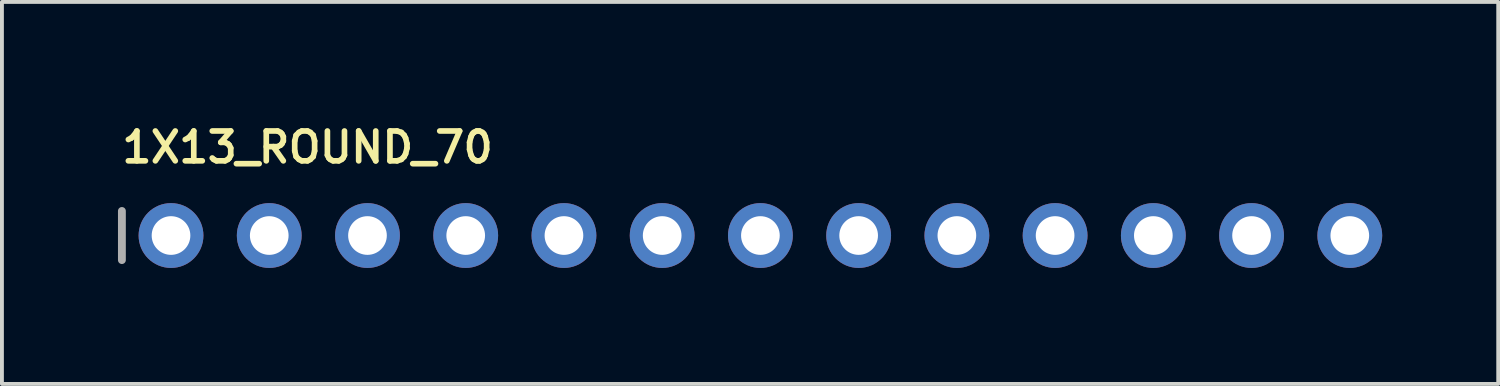
<source format=kicad_pcb>
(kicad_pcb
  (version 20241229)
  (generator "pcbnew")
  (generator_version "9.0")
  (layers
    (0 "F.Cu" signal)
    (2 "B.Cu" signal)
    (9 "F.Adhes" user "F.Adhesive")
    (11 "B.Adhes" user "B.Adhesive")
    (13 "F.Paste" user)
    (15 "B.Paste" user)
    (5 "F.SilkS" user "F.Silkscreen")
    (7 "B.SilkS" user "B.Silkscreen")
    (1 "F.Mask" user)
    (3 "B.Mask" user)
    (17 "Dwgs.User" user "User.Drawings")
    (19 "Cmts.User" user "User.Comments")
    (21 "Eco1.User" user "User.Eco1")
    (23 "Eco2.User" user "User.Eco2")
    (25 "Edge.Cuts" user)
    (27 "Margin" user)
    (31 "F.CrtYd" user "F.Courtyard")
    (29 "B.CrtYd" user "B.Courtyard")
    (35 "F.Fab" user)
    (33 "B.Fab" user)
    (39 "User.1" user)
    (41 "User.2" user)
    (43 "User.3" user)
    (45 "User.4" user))
  (footprint "1X13_ROUND_70"
    (layer "F.Cu")
    (at 16.612 3.04)
    (property "Reference" "1X13_ROUND_70" (at -16.586 -1.829 0) (layer "F.SilkS") (effects (font (size 0.772 0.772) (thickness 0.146)) (justify left bottom)))
    (attr through_hole)
    (fp_line (start -16.51 -0.635) (end -16.51 0.635) (stroke (width 0.203) (type solid)) (layer "F.Fab"))
    (fp_poly (pts (xy -15.494 0.254) (xy -14.986 0.254) (xy -14.986 -0.254) (xy -15.494 -0.254)) (stroke (width 0.1) (type solid)) (fill no) (layer "F.Fab"))
    (fp_poly (pts (xy -12.954 0.254) (xy -12.446 0.254) (xy -12.446 -0.254) (xy -12.954 -0.254)) (stroke (width 0.1) (type solid)) (fill no) (layer "F.Fab"))
    (fp_poly (pts (xy -10.414 0.254) (xy -9.906 0.254) (xy -9.906 -0.254) (xy -10.414 -0.254)) (stroke (width 0.1) (type solid)) (fill no) (layer "F.Fab"))
    (fp_poly (pts (xy -7.874 0.254) (xy -7.366 0.254) (xy -7.366 -0.254) (xy -7.874 -0.254)) (stroke (width 0.1) (type solid)) (fill no) (layer "F.Fab"))
    (fp_poly (pts (xy -5.334 0.254) (xy -4.826 0.254) (xy -4.826 -0.254) (xy -5.334 -0.254)) (stroke (width 0.1) (type solid)) (fill no) (layer "F.Fab"))
    (fp_poly (pts (xy -2.794 0.254) (xy -2.286 0.254) (xy -2.286 -0.254) (xy -2.794 -0.254)) (stroke (width 0.1) (type solid)) (fill no) (layer "F.Fab"))
    (fp_poly (pts (xy -0.254 0.254) (xy 0.254 0.254) (xy 0.254 -0.254) (xy -0.254 -0.254)) (stroke (width 0.1) (type solid)) (fill no) (layer "F.Fab"))
    (fp_poly (pts (xy 2.286 0.254) (xy 2.794 0.254) (xy 2.794 -0.254) (xy 2.286 -0.254)) (stroke (width 0.1) (type solid)) (fill no) (layer "F.Fab"))
    (fp_poly (pts (xy 4.826 0.254) (xy 5.334 0.254) (xy 5.334 -0.254) (xy 4.826 -0.254)) (stroke (width 0.1) (type solid)) (fill no) (layer "F.Fab"))
    (fp_poly (pts (xy 7.366 0.254) (xy 7.874 0.254) (xy 7.874 -0.254) (xy 7.366 -0.254)) (stroke (width 0.1) (type solid)) (fill no) (layer "F.Fab"))
    (fp_poly (pts (xy 9.906 0.254) (xy 10.414 0.254) (xy 10.414 -0.254) (xy 9.906 -0.254)) (stroke (width 0.1) (type solid)) (fill no) (layer "F.Fab"))
    (fp_poly (pts (xy 12.446 0.254) (xy 12.954 0.254) (xy 12.954 -0.254) (xy 12.446 -0.254)) (stroke (width 0.1) (type solid)) (fill no) (layer "F.Fab"))
    (fp_poly (pts (xy 14.986 0.254) (xy 15.494 0.254) (xy 15.494 -0.254) (xy 14.986 -0.254)) (stroke (width 0.1) (type solid)) (fill no) (layer "F.Fab"))
    (pad "1" thru_hole circle (at -15.24 0 90) (size 1.676 1.676) (drill 1) (layers "*.Cu" "*.Mask"))
    (pad "2" thru_hole circle (at -12.7 0 90) (size 1.676 1.676) (drill 1) (layers "*.Cu" "*.Mask"))
    (pad "3" thru_hole circle (at -10.16 0 90) (size 1.676 1.676) (drill 1) (layers "*.Cu" "*.Mask"))
    (pad "4" thru_hole circle (at -7.62 0 90) (size 1.676 1.676) (drill 1) (layers "*.Cu" "*.Mask"))
    (pad "5" thru_hole circle (at -5.08 0 90) (size 1.676 1.676) (drill 1) (layers "*.Cu" "*.Mask"))
    (pad "6" thru_hole circle (at -2.54 0 90) (size 1.676 1.676) (drill 1) (layers "*.Cu" "*.Mask"))
    (pad "7" thru_hole circle (at 0 0 90) (size 1.676 1.676) (drill 1) (layers "*.Cu" "*.Mask"))
    (pad "8" thru_hole circle (at 2.54 0 90) (size 1.676 1.676) (drill 1) (layers "*.Cu" "*.Mask"))
    (pad "9" thru_hole circle (at 5.08 0 90) (size 1.676 1.676) (drill 1) (layers "*.Cu" "*.Mask"))
    (pad "10" thru_hole circle (at 7.62 0 90) (size 1.676 1.676) (drill 1) (layers "*.Cu" "*.Mask"))
    (pad "11" thru_hole circle (at 10.16 0 90) (size 1.676 1.676) (drill 1) (layers "*.Cu" "*.Mask"))
    (pad "12" thru_hole circle (at 12.7 0 90) (size 1.676 1.676) (drill 1) (layers "*.Cu" "*.Mask"))
    (pad "13" thru_hole circle (at 15.24 0 90) (size 1.676 1.676) (drill 1) (layers "*.Cu" "*.Mask")))
  (gr_rect
    (start -3 -3)
    (end 35.69 6.878)
    (stroke (width 0.1) (type default))
    (fill no)
    (layer "Edge.Cuts")))
</source>
